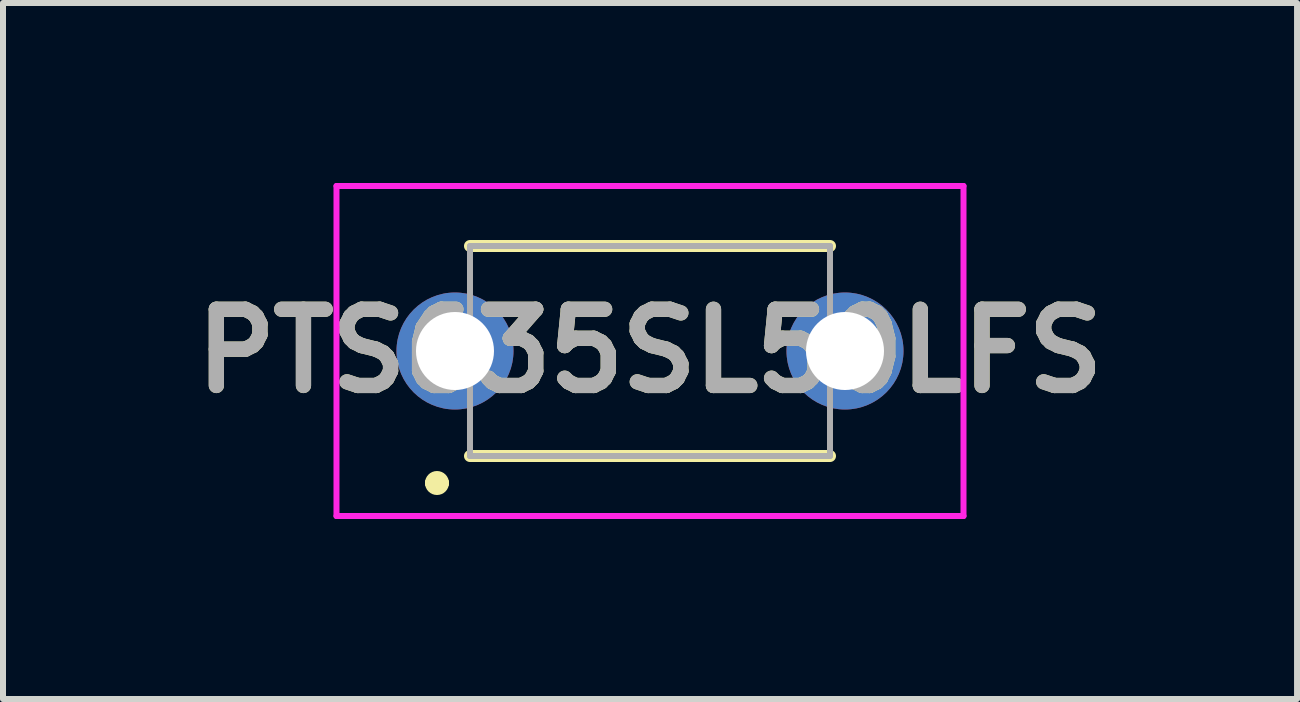
<source format=kicad_pcb>
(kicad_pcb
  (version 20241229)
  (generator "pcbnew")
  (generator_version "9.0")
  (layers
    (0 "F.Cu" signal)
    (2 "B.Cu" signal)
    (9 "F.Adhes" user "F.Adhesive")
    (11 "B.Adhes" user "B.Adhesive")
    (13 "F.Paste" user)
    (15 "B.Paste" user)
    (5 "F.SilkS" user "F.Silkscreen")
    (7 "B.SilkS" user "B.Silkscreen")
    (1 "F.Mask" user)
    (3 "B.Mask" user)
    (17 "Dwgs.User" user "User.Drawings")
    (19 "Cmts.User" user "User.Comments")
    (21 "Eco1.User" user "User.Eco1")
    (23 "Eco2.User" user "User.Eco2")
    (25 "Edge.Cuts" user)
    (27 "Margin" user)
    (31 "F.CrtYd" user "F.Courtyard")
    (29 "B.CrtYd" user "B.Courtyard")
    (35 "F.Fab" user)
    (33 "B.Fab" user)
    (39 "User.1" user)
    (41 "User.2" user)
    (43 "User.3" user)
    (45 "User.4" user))
  (footprint "PTS635SL50LFS"
    (layer "F.Cu")
    (at 4.533 2.8)
    (property "Reference" "PTS635SL50LFS" (at 3.25 0 0) (layer "F.SilkS") (effects (font (size 1.27 1.27) (thickness 0.254))))
    (attr through_hole)
    (fp_line (start -0.4 2.2) (end -0.4 2.2) (stroke (width 0.2) (type solid)) (layer "F.SilkS"))
    (fp_line (start -0.2 2.2) (end -0.2 2.2) (stroke (width 0.2) (type solid)) (layer "F.SilkS"))
    (fp_line (start 0.25 -1.75) (end 6.25 -1.75) (stroke (width 0.2) (type solid)) (layer "F.SilkS"))
    (fp_line (start 0.25 1.75) (end 6.25 1.75) (stroke (width 0.2) (type solid)) (layer "F.SilkS"))
    (fp_arc (start -0.4 2.2) (mid -0.3 2.1) (end -0.2 2.2) (stroke (width 0.2) (type solid)) (layer "F.SilkS"))
    (fp_arc (start -0.2 2.2) (mid -0.3 2.3) (end -0.4 2.2) (stroke (width 0.2) (type solid)) (layer "F.SilkS"))
    (fp_line (start -1.975 -2.75) (end 8.475 -2.75) (stroke (width 0.1) (type solid)) (layer "F.CrtYd"))
    (fp_line (start -1.975 2.75) (end -1.975 -2.75) (stroke (width 0.1) (type solid)) (layer "F.CrtYd"))
    (fp_line (start 8.475 -2.75) (end 8.475 2.75) (stroke (width 0.1) (type solid)) (layer "F.CrtYd"))
    (fp_line (start 8.475 2.75) (end -1.975 2.75) (stroke (width 0.1) (type solid)) (layer "F.CrtYd"))
    (fp_line (start 0.25 -1.75) (end 6.25 -1.75) (stroke (width 0.1) (type solid)) (layer "F.Fab"))
    (fp_line (start 0.25 1.75) (end 0.25 -1.75) (stroke (width 0.1) (type solid)) (layer "F.Fab"))
    (fp_line (start 6.25 -1.75) (end 6.25 1.75) (stroke (width 0.1) (type solid)) (layer "F.Fab"))
    (fp_line (start 6.25 1.75) (end 0.25 1.75) (stroke (width 0.1) (type solid)) (layer "F.Fab"))
    (fp_text user "${REFERENCE}" (at 3.25 0 0) (layer "F.Fab") (effects (font (size 1.27 1.27) (thickness 0.254))))
    (pad "1" thru_hole circle (at 0 0) (size 1.95 1.95) (drill 1.3) (layers "*.Cu" "*.Mask"))
    (pad "2" thru_hole circle (at 6.5 0) (size 1.95 1.95) (drill 1.3) (layers "*.Cu" "*.Mask")))
  (gr_rect
    (start -3 -3)
    (end 18.567 8.6)
    (stroke (width 0.1) (type default))
    (fill no)
    (layer "Edge.Cuts")))
</source>
